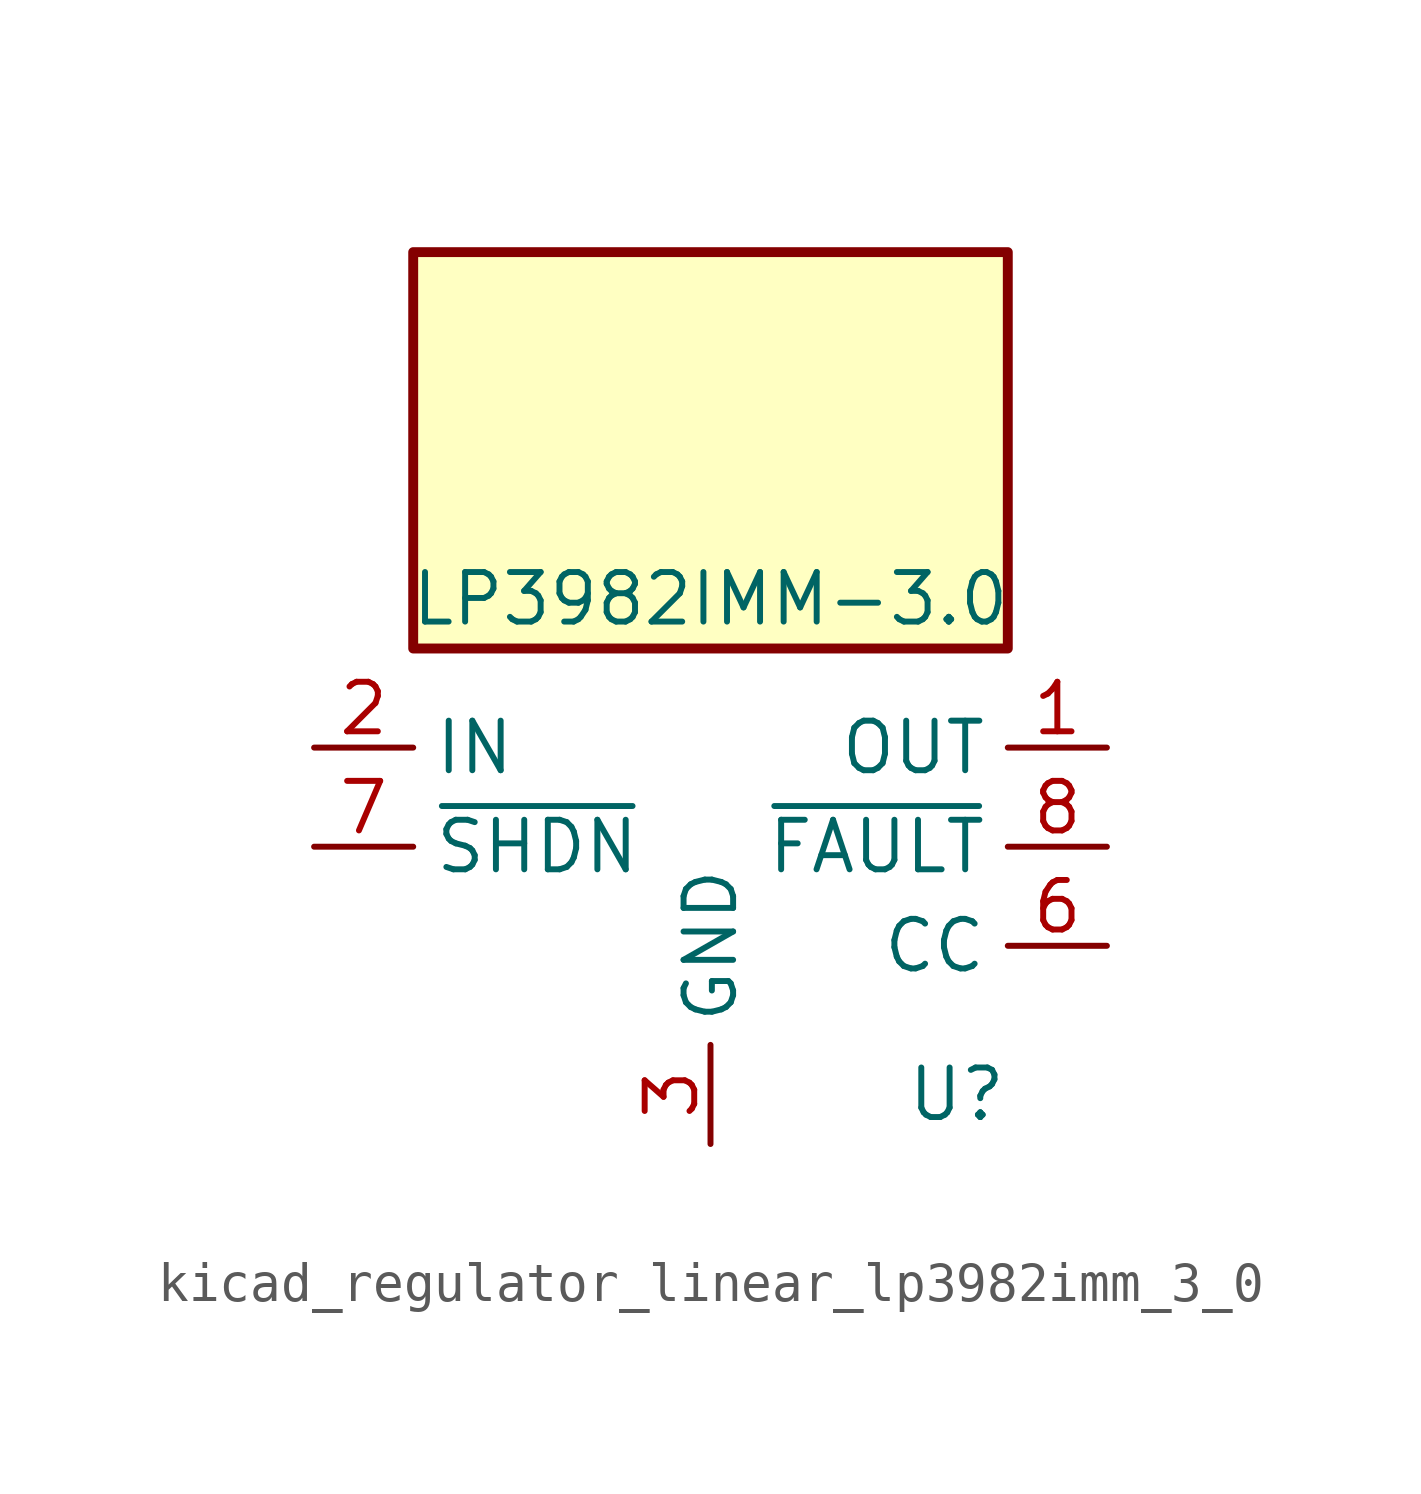
<source format=kicad_sym>
(kicad_symbol_lib
  (version 20220914)
  (generator kicad_symbol_editor)
  (symbol "kicad_regulator_linear_lp3982imm_3_0"
    (property "Reference" "U"
      (at 7.62 -6.35 0)
      (effects (font (size 1.27 1.27)) (justify right)))
    (property "Value" "LP3982IMM-3.0"
      (at 0 6.35 0)
      (effects (font (size 1.27 1.27))))
    (symbol "kicad_regulator_linear_lp3982imm_3_0_0_1"
      (rectangle (start 7.62 15.24) (end -7.62 5.08) (stroke (width 0.254) (type default)) (fill (type background))))
    (symbol "kicad_regulator_linear_lp3982imm_3_0_1_1"
      (pin power_out line (at 10.16 2.54 180) (length 2.54) (name "OUT" (effects (font (size 1.27 1.27)))) (number "1" (effects (font (size 1.27 1.27)))))
      (pin power_in line (at -10.16 2.54 0) (length 2.54) (name "IN" (effects (font (size 1.27 1.27)))) (number "2" (effects (font (size 1.27 1.27)))))
      (pin power_in line (at 0 -7.62 90) (length 2.54) (name "GND" (effects (font (size 1.27 1.27)))) (number "3" (effects (font (size 1.27 1.27)))))
      (pin passive line (at 10.16 2.54 180) (length 2.54) hide (name "OUT" (effects (font (size 1.27 1.27)))) (number "4" (effects (font (size 1.27 1.27)))))
      (pin no_connect line (at -7.62 -2.54 0) (length 2.54) hide (name "NC" (effects (font (size 1.27 1.27)))) (number "5" (effects (font (size 1.27 1.27)))))
      (pin passive line (at 10.16 -2.54 180) (length 2.54) (name "CC" (effects (font (size 1.27 1.27)))) (number "6" (effects (font (size 1.27 1.27)))))
      (pin input line (at -10.16 0 0) (length 2.54) (name "~{SHDN}" (effects (font (size 1.27 1.27)))) (number "7" (effects (font (size 1.27 1.27)))))
      (pin open_collector line (at 10.16 0 180) (length 2.54) (name "~{FAULT}" (effects (font (size 1.27 1.27)))) (number "8" (effects (font (size 1.27 1.27))))))))
</source>
